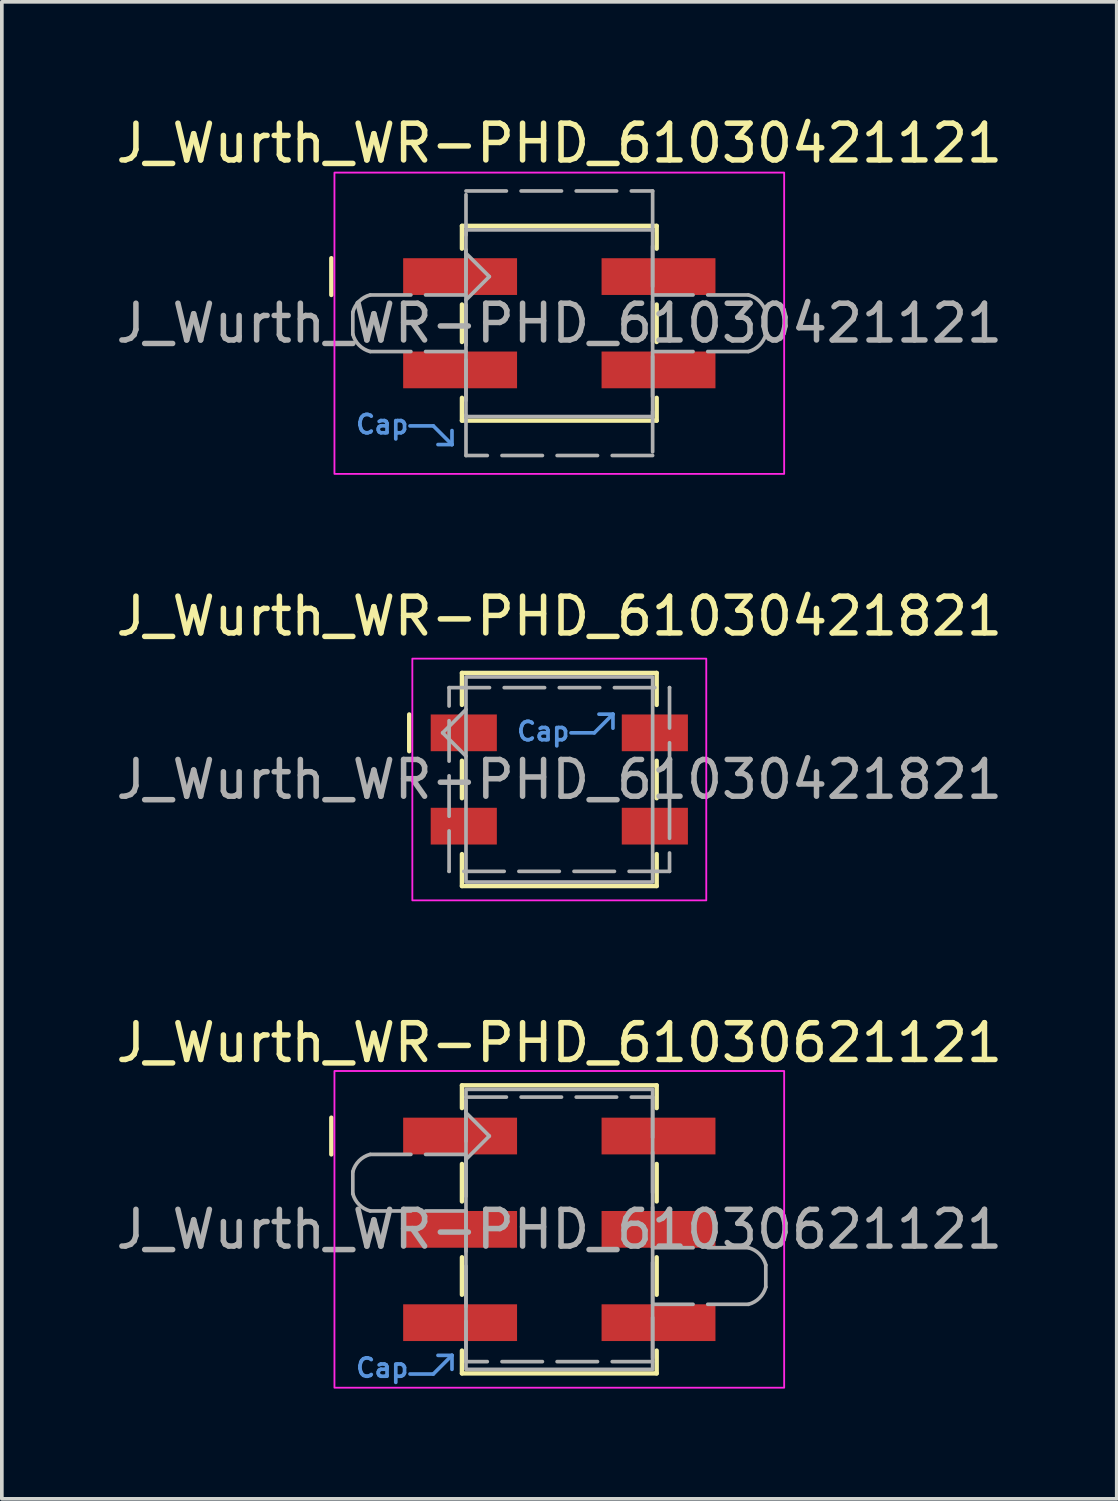
<source format=kicad_pcb>
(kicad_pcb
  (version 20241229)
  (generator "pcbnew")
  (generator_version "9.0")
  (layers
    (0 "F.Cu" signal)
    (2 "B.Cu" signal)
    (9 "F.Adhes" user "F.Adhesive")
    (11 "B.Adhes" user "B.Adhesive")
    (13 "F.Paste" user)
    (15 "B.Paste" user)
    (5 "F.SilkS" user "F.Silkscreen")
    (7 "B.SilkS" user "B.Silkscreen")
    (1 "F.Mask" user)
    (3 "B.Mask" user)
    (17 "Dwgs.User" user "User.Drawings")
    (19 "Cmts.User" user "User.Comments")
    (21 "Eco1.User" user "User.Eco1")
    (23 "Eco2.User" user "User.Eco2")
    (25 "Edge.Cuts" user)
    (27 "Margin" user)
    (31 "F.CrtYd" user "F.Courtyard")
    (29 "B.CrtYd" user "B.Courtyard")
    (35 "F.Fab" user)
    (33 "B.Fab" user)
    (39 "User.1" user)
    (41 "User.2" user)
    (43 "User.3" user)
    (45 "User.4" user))
  (footprint "J_Wurth_WR-PHD_61030421821"
    (layer "F.Cu")
    (at 12.173 18.166)
    (property "Reference" "J_Wurth_WR-PHD_61030421821" (at 0 -4.445 0) (unlocked yes) (layer "F.SilkS") (effects (font (size 1 1) (thickness 0.15))))
    (attr smd)
    (fp_line (start -4.085 -1.77) (end -4.085 -0.77) (stroke (width 0.12) (type solid)) (layer "F.SilkS"))
    (fp_line (start -2.65 -2.9) (end -2.65 -2.03) (stroke (width 0.12) (type solid)) (layer "F.SilkS"))
    (fp_line (start -2.65 -2.9) (end 2.65 -2.9) (stroke (width 0.12) (type solid)) (layer "F.SilkS"))
    (fp_line (start -2.65 -0.51) (end -2.65 0.51) (stroke (width 0.12) (type solid)) (layer "F.SilkS"))
    (fp_line (start -2.65 2.03) (end -2.65 2.9) (stroke (width 0.12) (type solid)) (layer "F.SilkS"))
    (fp_line (start -2.65 2.9) (end 2.65 2.9) (stroke (width 0.12) (type solid)) (layer "F.SilkS"))
    (fp_line (start 2.65 -2.9) (end 2.65 -2.03) (stroke (width 0.12) (type solid)) (layer "F.SilkS"))
    (fp_line (start 2.65 -0.51) (end 2.65 0.51) (stroke (width 0.12) (type solid)) (layer "F.SilkS"))
    (fp_line (start 2.65 2.03) (end 2.65 2.9) (stroke (width 0.12) (type solid)) (layer "F.SilkS"))
    (fp_line (start 0.318 -1.27) (end 0.953 -1.27) (stroke (width 0.1) (type default)) (layer "Cmts.User"))
    (fp_line (start 0.953 -1.27) (end 1.46 -1.778) (stroke (width 0.1) (type default)) (layer "Cmts.User"))
    (fp_line (start 1.46 -1.778) (end 1.079 -1.778) (stroke (width 0.1) (type default)) (layer "Cmts.User"))
    (fp_line (start 1.46 -1.778) (end 1.46 -1.397) (stroke (width 0.1) (type default)) (layer "Cmts.User"))
    (fp_rect (start -4 -3.29) (end 4 3.29) (stroke (width 0.05) (type solid)) (fill no) (layer "F.CrtYd"))
    (fp_line (start -3.175 -1.27) (end -2.54 -0.635) (stroke (width 0.1) (type default)) (layer "F.Fab"))
    (fp_line (start -2.54 -1.905) (end -3.175 -1.27) (stroke (width 0.1) (type default)) (layer "F.Fab"))
    (fp_rect (start -3 -2.5) (end 3 2.5) (stroke (width 0.1) (type dash)) (fill no) (layer "F.Fab"))
    (fp_rect (start -2.54 -2.79) (end 2.54 2.79) (stroke (width 0.1) (type solid)) (fill no) (layer "F.Fab"))
    (fp_text user "Cap" (at -1.206 -1.016 0) (unlocked yes) (layer "Cmts.User") (effects (font (size 0.5 0.5) (thickness 0.1) (bold yes)) (justify left bottom)))
    (fp_text user "${REFERENCE}" (at 0 0 0) (unlocked yes) (layer "F.Fab") (effects (font (size 1 1) (thickness 0.15))))
    (pad "1" smd rect (at -2.6 -1.27 270) (size 1 1.8) (layers "F.Cu" "F.Mask" "F.Paste"))
    (pad "2" smd rect (at 2.6 -1.27 270) (size 1 1.8) (layers "F.Cu" "F.Mask" "F.Paste"))
    (pad "3" smd rect (at -2.6 1.27 270) (size 1 1.8) (layers "F.Cu" "F.Mask" "F.Paste"))
    (pad "4" smd rect (at 2.6 1.27 270) (size 1 1.8) (layers "F.Cu" "F.Mask" "F.Paste")))
  (footprint "J_Wurth_WR-PHD_61030421121"
    (layer "F.Cu")
    (at 12.173 5.748)
    (property "Reference" "J_Wurth_WR-PHD_61030421121" (at 0 -4.9 0) (unlocked yes) (layer "F.SilkS") (effects (font (size 1 1) (thickness 0.15))))
    (attr smd)
    (fp_line (start -6.205 -1.77) (end -6.205 -0.77) (stroke (width 0.12) (type solid)) (layer "F.SilkS"))
    (fp_line (start -2.65 -2.03) (end -2.65 -2.65) (stroke (width 0.12) (type solid)) (layer "F.SilkS"))
    (fp_line (start -2.65 -0.51) (end -2.65 0.51) (stroke (width 0.12) (type solid)) (layer "F.SilkS"))
    (fp_line (start -2.65 2.03) (end -2.65 2.65) (stroke (width 0.12) (type solid)) (layer "F.SilkS"))
    (fp_line (start 2.65 -2.65) (end -2.65 -2.65) (stroke (width 0.12) (type solid)) (layer "F.SilkS"))
    (fp_line (start 2.65 -2.65) (end 2.65 -2.03) (stroke (width 0.12) (type solid)) (layer "F.SilkS"))
    (fp_line (start 2.65 -0.51) (end 2.65 0.51) (stroke (width 0.12) (type solid)) (layer "F.SilkS"))
    (fp_line (start 2.65 2.03) (end 2.65 2.65) (stroke (width 0.12) (type solid)) (layer "F.SilkS"))
    (fp_line (start 2.65 2.65) (end -2.65 2.65) (stroke (width 0.12) (type solid)) (layer "F.SilkS"))
    (fp_line (start -4.064 2.794) (end -3.429 2.794) (stroke (width 0.1) (type default)) (layer "Cmts.User"))
    (fp_line (start -3.429 2.794) (end -2.921 3.302) (stroke (width 0.1) (type default)) (layer "Cmts.User"))
    (fp_line (start -2.921 3.302) (end -3.302 3.302) (stroke (width 0.1) (type default)) (layer "Cmts.User"))
    (fp_line (start -2.921 3.302) (end -2.921 2.921) (stroke (width 0.1) (type default)) (layer "Cmts.User"))
    (fp_rect (start -6.12 -4.1) (end 6.12 4.1) (stroke (width 0.05) (type solid)) (fill no) (layer "F.CrtYd"))
    (fp_line (start -5.62 0.3) (end -5.62 -0.3) (stroke (width 0.1) (type solid)) (layer "F.Fab"))
    (fp_line (start -2.54 -1.905) (end -1.905 -1.27) (stroke (width 0.1) (type default)) (layer "F.Fab"))
    (fp_line (start -2.54 -0.77) (end -5.15 -0.77) (stroke (width 0.1) (type dash)) (layer "F.Fab"))
    (fp_line (start -2.54 0.77) (end -5.15 0.77) (stroke (width 0.1) (type dash)) (layer "F.Fab"))
    (fp_line (start -1.905 -1.27) (end -2.54 -0.635) (stroke (width 0.1) (type default)) (layer "F.Fab"))
    (fp_line (start 2.54 -0.77) (end 5.15 -0.77) (stroke (width 0.1) (type dash)) (layer "F.Fab"))
    (fp_line (start 2.54 0.77) (end 5.15 0.77) (stroke (width 0.1) (type dash)) (layer "F.Fab"))
    (fp_line (start 5.62 -0.3) (end 5.62 0.3) (stroke (width 0.1) (type solid)) (layer "F.Fab"))
    (fp_rect (start -2.54 -3.6) (end 2.54 3.6) (stroke (width 0.1) (type dash)) (fill no) (layer "F.Fab"))
    (fp_rect (start -2.54 -2.54) (end 2.54 2.54) (stroke (width 0.1) (type solid)) (fill no) (layer "F.Fab"))
    (fp_arc (start -5.62 -0.3) (mid -5.447968 -0.597969) (end -5.15 -0.770001) (stroke (width 0.1) (type default)) (layer "F.Fab"))
    (fp_arc (start -5.15 0.77) (mid -5.447969 0.597968) (end -5.620001 0.3) (stroke (width 0.1) (type default)) (layer "F.Fab"))
    (fp_arc (start 5.15 -0.77) (mid 5.447969 -0.597968) (end 5.620001 -0.3) (stroke (width 0.1) (type default)) (layer "F.Fab"))
    (fp_arc (start 5.62 0.3) (mid 5.447968 0.597969) (end 5.15 0.770001) (stroke (width 0.1) (type default)) (layer "F.Fab"))
    (fp_text user "Cap" (at -5.588 3.048 0) (unlocked yes) (layer "Cmts.User") (effects (font (size 0.5 0.5) (thickness 0.1) (bold yes)) (justify left bottom)))
    (fp_text user "${REFERENCE}" (at 0 0 0) (unlocked yes) (layer "F.Fab") (effects (font (size 1 1) (thickness 0.15))))
    (pad "1" smd rect (at -2.7 -1.27 270) (size 1 3.1) (layers "F.Cu" "F.Mask" "F.Paste"))
    (pad "2" smd rect (at 2.7 -1.27 270) (size 1 3.1) (layers "F.Cu" "F.Mask" "F.Paste"))
    (pad "3" smd rect (at -2.7 1.27 270) (size 1 3.1) (layers "F.Cu" "F.Mask" "F.Paste"))
    (pad "4" smd rect (at 2.7 1.27 270) (size 1 3.1) (layers "F.Cu" "F.Mask" "F.Paste")))
  (footprint "J_Wurth_WR-PHD_61030621121"
    (layer "F.Cu")
    (at 12.173 30.41)
    (property "Reference" "J_Wurth_WR-PHD_61030621121" (at 0 -5.08 0) (unlocked yes) (layer "F.SilkS") (effects (font (size 1 1) (thickness 0.15))))
    (attr smd)
    (fp_line (start -6.205 -3.04) (end -6.205 -2.04) (stroke (width 0.12) (type solid)) (layer "F.SilkS"))
    (fp_line (start -2.65 -3.3) (end -2.65 -3.92) (stroke (width 0.12) (type solid)) (layer "F.SilkS"))
    (fp_line (start -2.65 -1.78) (end -2.65 -0.76) (stroke (width 0.12) (type solid)) (layer "F.SilkS"))
    (fp_line (start -2.65 0.76) (end -2.65 1.78) (stroke (width 0.12) (type solid)) (layer "F.SilkS"))
    (fp_line (start -2.65 3.3) (end -2.65 3.92) (stroke (width 0.12) (type solid)) (layer "F.SilkS"))
    (fp_line (start 2.65 -3.92) (end -2.65 -3.92) (stroke (width 0.12) (type solid)) (layer "F.SilkS"))
    (fp_line (start 2.65 -3.92) (end 2.65 -3.3) (stroke (width 0.12) (type solid)) (layer "F.SilkS"))
    (fp_line (start 2.65 -1.78) (end 2.65 -0.76) (stroke (width 0.12) (type solid)) (layer "F.SilkS"))
    (fp_line (start 2.65 0.76) (end 2.65 1.78) (stroke (width 0.12) (type solid)) (layer "F.SilkS"))
    (fp_line (start 2.65 3.3) (end 2.65 3.92) (stroke (width 0.12) (type solid)) (layer "F.SilkS"))
    (fp_line (start 2.65 3.92) (end -2.65 3.92) (stroke (width 0.12) (type solid)) (layer "F.SilkS"))
    (fp_line (start -4.064 3.937) (end -3.429 3.937) (stroke (width 0.1) (type default)) (layer "Cmts.User"))
    (fp_line (start -3.429 3.937) (end -2.921 3.429) (stroke (width 0.1) (type default)) (layer "Cmts.User"))
    (fp_line (start -2.921 3.429) (end -3.302 3.429) (stroke (width 0.1) (type default)) (layer "Cmts.User"))
    (fp_line (start -2.921 3.429) (end -2.921 3.81) (stroke (width 0.1) (type default)) (layer "Cmts.User"))
    (fp_rect (start -6.12 -4.31) (end 6.12 4.31) (stroke (width 0.05) (type solid)) (fill no) (layer "F.CrtYd"))
    (fp_line (start -5.62 -0.97) (end -5.62 -1.57) (stroke (width 0.1) (type solid)) (layer "F.Fab"))
    (fp_line (start -2.54 -3.175) (end -1.905 -2.54) (stroke (width 0.1) (type default)) (layer "F.Fab"))
    (fp_line (start -2.54 -2.04) (end -5.15 -2.04) (stroke (width 0.1) (type dash)) (layer "F.Fab"))
    (fp_line (start -2.54 -0.5) (end -5.15 -0.5) (stroke (width 0.1) (type dash)) (layer "F.Fab"))
    (fp_line (start -1.905 -2.54) (end -2.54 -1.905) (stroke (width 0.1) (type default)) (layer "F.Fab"))
    (fp_line (start 2.54 0.5) (end 5.15 0.5) (stroke (width 0.1) (type dash)) (layer "F.Fab"))
    (fp_line (start 2.54 2.04) (end 5.15 2.04) (stroke (width 0.1) (type dash)) (layer "F.Fab"))
    (fp_line (start 5.62 0.97) (end 5.62 1.57) (stroke (width 0.1) (type solid)) (layer "F.Fab"))
    (fp_rect (start -2.54 -3.81) (end 2.54 3.81) (stroke (width 0.1) (type solid)) (fill no) (layer "F.Fab"))
    (fp_rect (start -2.54 -3.6) (end 2.54 3.6) (stroke (width 0.1) (type dash)) (fill no) (layer "F.Fab"))
    (fp_arc (start -5.62 -1.57) (mid -5.447968 -1.867969) (end -5.15 -2.040001) (stroke (width 0.1) (type default)) (layer "F.Fab"))
    (fp_arc (start -5.15 -0.5) (mid -5.447969 -0.672032) (end -5.620001 -0.97) (stroke (width 0.1) (type default)) (layer "F.Fab"))
    (fp_arc (start 5.15 0.5) (mid 5.447972 0.672028) (end 5.620001 0.97) (stroke (width 0.1) (type default)) (layer "F.Fab"))
    (fp_arc (start 5.62 1.57) (mid 5.447968 1.867968) (end 5.15 2.040001) (stroke (width 0.1) (type default)) (layer "F.Fab"))
    (fp_text user "Cap" (at -5.588 4.064 0) (unlocked yes) (layer "Cmts.User") (effects (font (size 0.5 0.5) (thickness 0.1) (bold yes)) (justify left bottom)))
    (fp_text user "${REFERENCE}" (at 0 0 0) (unlocked yes) (layer "F.Fab") (effects (font (size 1 1) (thickness 0.15))))
    (pad "1" smd rect (at -2.7 -2.54 270) (size 1 3.1) (layers "F.Cu" "F.Mask" "F.Paste"))
    (pad "2" smd rect (at 2.7 -2.54 270) (size 1 3.1) (layers "F.Cu" "F.Mask" "F.Paste"))
    (pad "3" smd rect (at -2.7 0 270) (size 1 3.1) (layers "F.Cu" "F.Mask" "F.Paste"))
    (pad "4" smd rect (at 2.7 0 270) (size 1 3.1) (layers "F.Cu" "F.Mask" "F.Paste"))
    (pad "5" smd rect (at -2.7 2.54 270) (size 1 3.1) (layers "F.Cu" "F.Mask" "F.Paste"))
    (pad "6" smd rect (at 2.7 2.54 270) (size 1 3.1) (layers "F.Cu" "F.Mask" "F.Paste")))
  (gr_rect
    (start -3 -3)
    (end 27.345 37.745)
    (stroke (width 0.1) (type default))
    (fill no)
    (layer "Edge.Cuts")))
</source>
